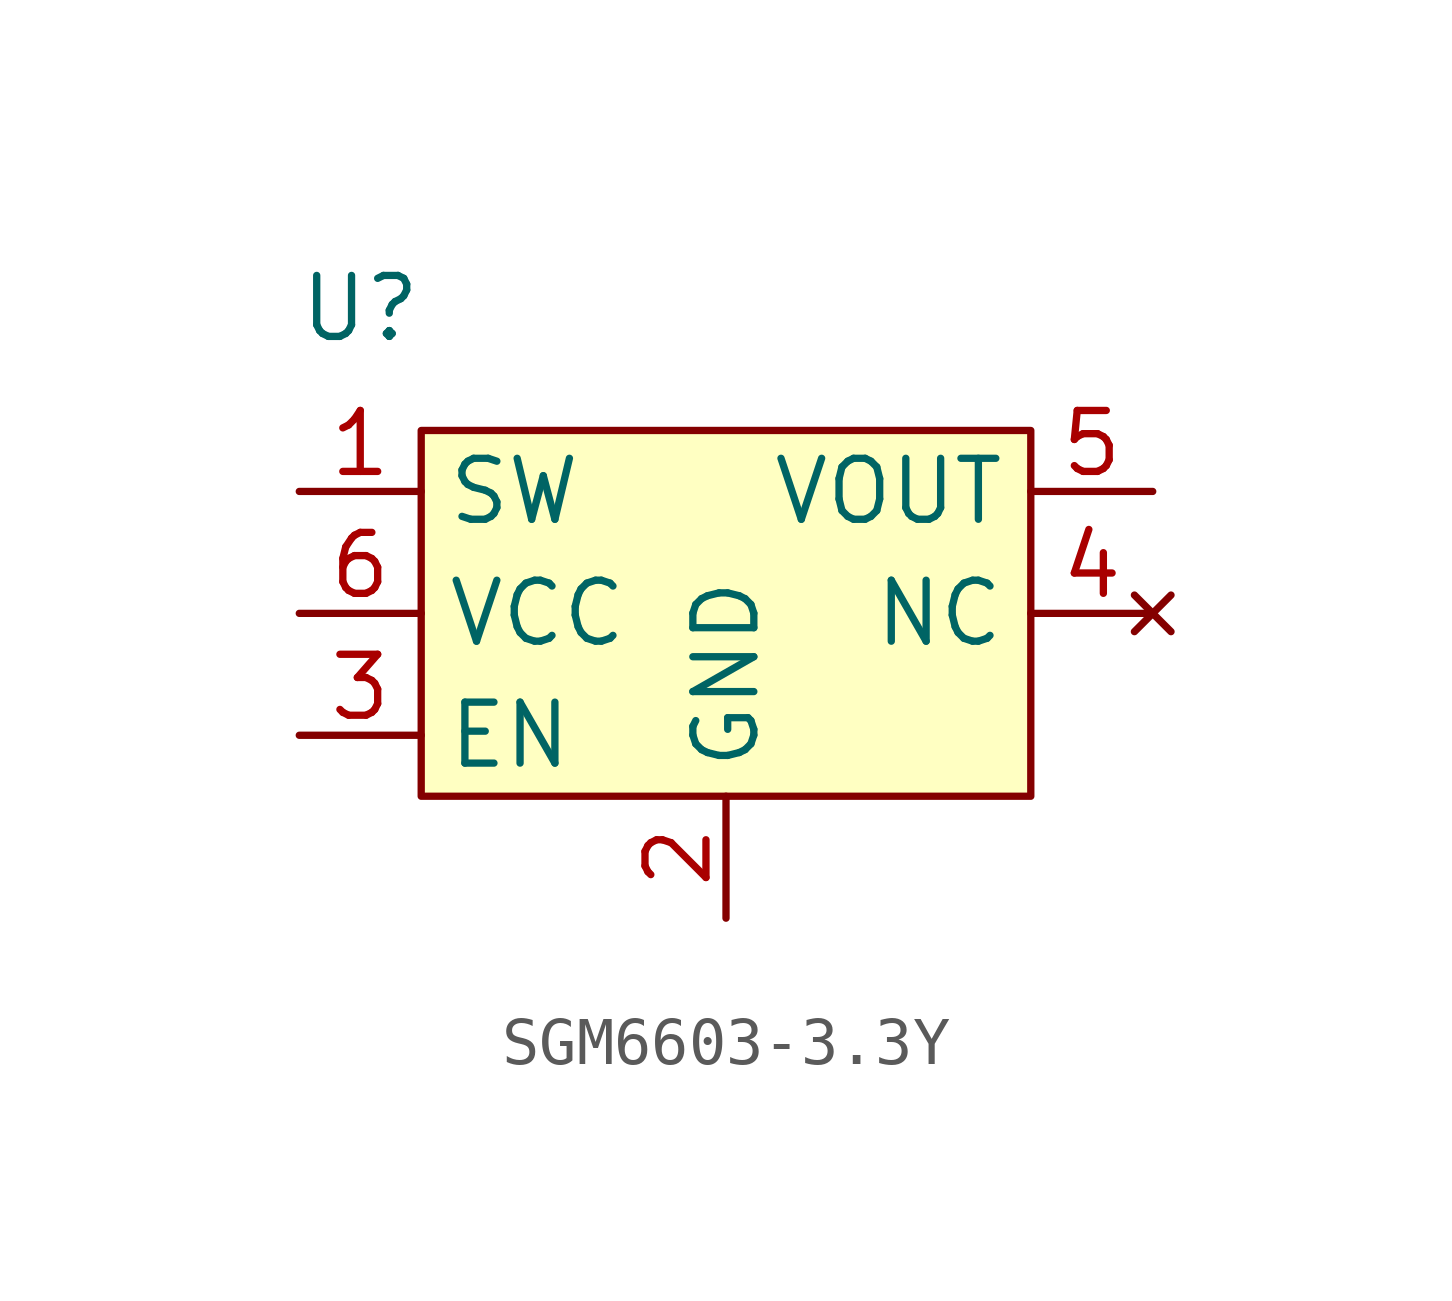
<source format=kicad_sym>
(kicad_symbol_lib
  (version 20220914)
  (generator kicad_symbol_editor)
  (symbol "SGM6603-3.3Y"
    (property "Reference" "U"
      (at -7.62 10.16 0)
      (effects (font (size 1.27 1.27))))
    (property "Value" ""
      (at 0 0 0)
      (effects (font (size 1.27 1.27))))
    (symbol "SGM6603-3.3Y_1_1"
      (rectangle (start -6.35 7.62) (end 6.35 0) (stroke (width 0) (type default)) (fill (type background)))
      (pin input line (at -8.89 6.35 0) (length 2.54) (name "SW" (effects (font (size 1.27 1.27)))) (number "1" (effects (font (size 1.27 1.27)))))
      (pin input line (at 0 -2.54 90) (length 2.54) (name "GND" (effects (font (size 1.27 1.27)))) (number "2" (effects (font (size 1.27 1.27)))))
      (pin input line (at -8.89 1.27 0) (length 2.54) (name "EN" (effects (font (size 1.27 1.27)))) (number "3" (effects (font (size 1.27 1.27)))))
      (pin no_connect line (at 8.89 3.81 180) (length 2.54) (name "NC" (effects (font (size 1.27 1.27)))) (number "4" (effects (font (size 1.27 1.27)))))
      (pin input line (at 8.89 6.35 180) (length 2.54) (name "VOUT" (effects (font (size 1.27 1.27)))) (number "5" (effects (font (size 1.27 1.27)))))
      (pin input line (at -8.89 3.81 0) (length 2.54) (name "VCC" (effects (font (size 1.27 1.27)))) (number "6" (effects (font (size 1.27 1.27))))))))
</source>
